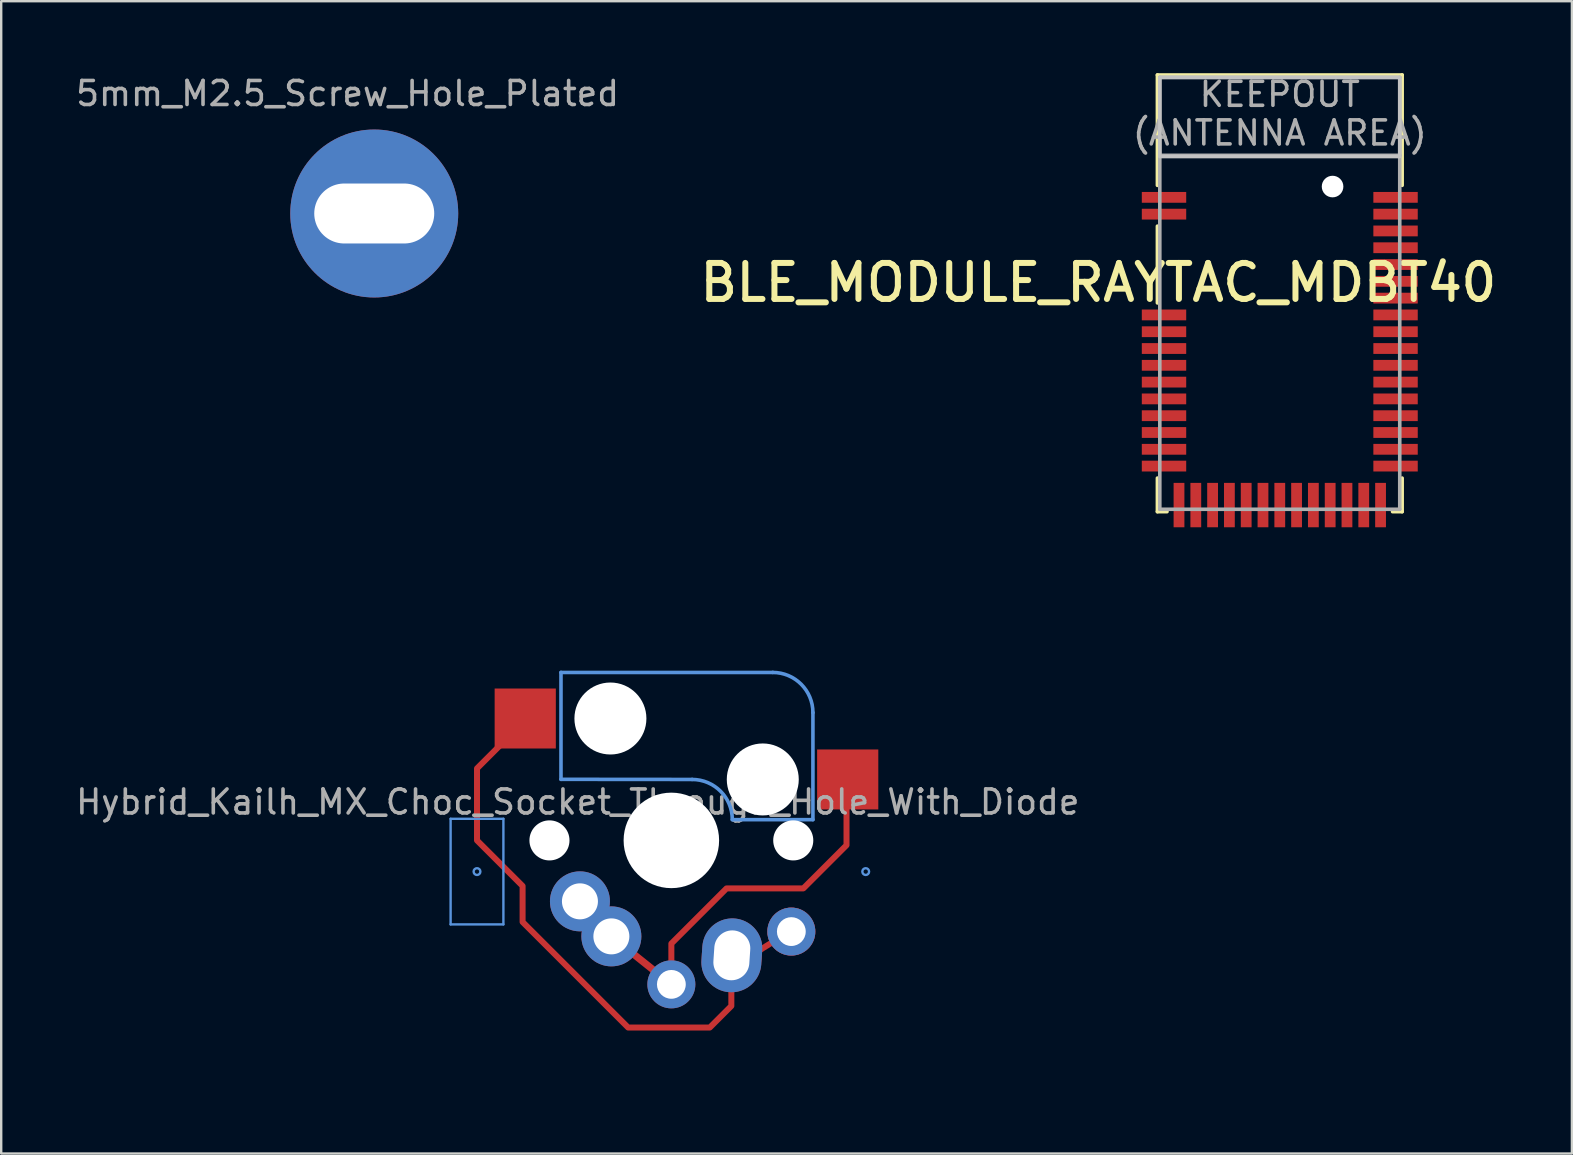
<source format=kicad_pcb>
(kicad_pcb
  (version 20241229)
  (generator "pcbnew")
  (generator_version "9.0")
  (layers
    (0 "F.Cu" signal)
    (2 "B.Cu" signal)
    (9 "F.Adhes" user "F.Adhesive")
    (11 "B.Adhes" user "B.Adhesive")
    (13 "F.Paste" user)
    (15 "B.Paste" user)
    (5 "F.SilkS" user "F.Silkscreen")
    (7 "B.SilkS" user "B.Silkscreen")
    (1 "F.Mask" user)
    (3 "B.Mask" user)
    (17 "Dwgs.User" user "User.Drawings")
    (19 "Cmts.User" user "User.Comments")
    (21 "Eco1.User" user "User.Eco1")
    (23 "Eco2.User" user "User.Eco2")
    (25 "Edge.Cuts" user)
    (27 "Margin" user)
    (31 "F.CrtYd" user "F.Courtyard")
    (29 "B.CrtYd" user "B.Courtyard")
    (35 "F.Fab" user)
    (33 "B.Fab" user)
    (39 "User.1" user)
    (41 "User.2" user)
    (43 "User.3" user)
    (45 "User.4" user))
  (footprint "Hybrid_Kailh_MX_Choc_Socket_Through_Hole_With_Diode"
    (layer "F.Cu")
    (at 24.93 31.975)
    (property "Reference" "Hybrid_Kailh_MX_Choc_Socket_Through_Hole_With_Diode" (at -3.9 -1.6 0) (layer "F.Fab") (effects (font (size 1 1) (thickness 0.15))))
    (attr smd)
    (fp_line (start -9.2 -0.9) (end -7 -0.9) (stroke (width 0.1) (type solid)) (layer "Cmts.User"))
    (fp_line (start -9.2 3.5) (end -9.2 -0.9) (stroke (width 0.1) (type solid)) (layer "Cmts.User"))
    (fp_line (start -7 -0.9) (end -7 3.5) (stroke (width 0.1) (type solid)) (layer "Cmts.User"))
    (fp_line (start -7 3.5) (end -9.2 3.5) (stroke (width 0.1) (type solid)) (layer "Cmts.User"))
    (fp_line (start -4.6 -7) (end -4.6 -2.545) (stroke (width 0.15) (type solid)) (layer "Cmts.User"))
    (fp_line (start 0.865 -2.54) (end -4.6 -2.545) (stroke (width 0.15) (type solid)) (layer "Cmts.User"))
    (fp_line (start 4.225 -7) (end -4.6 -7) (stroke (width 0.15) (type solid)) (layer "Cmts.User"))
    (fp_line (start 5.9 -5.325) (end 5.9 -0.865) (stroke (width 0.15) (type solid)) (layer "Cmts.User"))
    (fp_line (start 5.9 -0.865) (end 2.54 -0.865) (stroke (width 0.15) (type solid)) (layer "Cmts.User"))
    (fp_arc (start 0.865 -2.54) (mid 2.049404 -2.049404) (end 2.54 -0.865) (stroke (width 0.15) (type solid)) (layer "Cmts.User"))
    (fp_arc (start 4.225001 -7) (mid 5.409405 -6.509403) (end 5.9 -5.324999) (stroke (width 0.15) (type solid)) (layer "Cmts.User"))
    (fp_circle (center -8.1 1.3) (end -7.959 1.3) (stroke (width 0.1) (type solid)) (fill no) (layer "Cmts.User"))
    (fp_circle (center 8.1 1.3) (end 8.241 1.3) (stroke (width 0.1) (type solid)) (fill no) (layer "Cmts.User"))
    (fp_line (start -10 -10) (end 10 -10) (stroke (width 0.1) (type solid)) (layer "Eco1.User"))
    (fp_line (start -10 10) (end -10 -10) (stroke (width 0.1) (type solid)) (layer "Eco1.User"))
    (fp_line (start -9 -9) (end 9 -9) (stroke (width 0.1) (type solid)) (layer "Eco1.User"))
    (fp_line (start -9 0) (end -9 -9) (stroke (width 0.1) (type solid)) (layer "Eco1.User"))
    (fp_line (start -9 9) (end -9 0) (stroke (width 0.1) (type solid)) (layer "Eco1.User"))
    (fp_line (start 9 -9) (end 9 9) (stroke (width 0.1) (type solid)) (layer "Eco1.User"))
    (fp_line (start 9 9) (end -9 9) (stroke (width 0.1) (type solid)) (layer "Eco1.User"))
    (fp_line (start 10 -10) (end 10 10) (stroke (width 0.1) (type solid)) (layer "Eco1.User"))
    (fp_line (start 10 10) (end -10 10) (stroke (width 0.1) (type solid)) (layer "Eco1.User"))
    (pad "" np_thru_hole circle (at -5.08 0) (size 1.67 1.67) (drill 1.67) (layers "*.Cu" "*.Mask"))
    (pad "" np_thru_hole circle (at -2.54 -5.08) (size 3 3) (drill 3) (layers "*.Cu" "*.Mask"))
    (pad "" np_thru_hole circle (at 0 0) (size 3.98 3.98) (drill 3.98) (layers "*.Cu" "*.Mask"))
    (pad "" np_thru_hole circle (at 3.81 -2.54) (size 3 3) (drill 3) (layers "*.Cu" "*.Mask"))
    (pad "" np_thru_hole circle (at 5.08 0) (size 1.67 1.67) (drill 1.67) (layers "*.Cu" "*.Mask"))
    (pad "1" thru_hole circle (at -3.81 2.54) (size 2.5 2.5) (drill 1.5) (layers "*.Cu" "*.Mask"))
    (pad "1" thru_hole circle (at -2.5 4) (size 2.5 2.5) (drill 1.5) (layers "*.Cu" "*.Mask"))
    (pad "1" thru_hole circle (at 0 6) (size 2 2) (drill 1.2) (layers "*.Cu" "*.Mask"))
    (pad "1" smd custom (at 7.35 -2.54) (size 2 2) (layers "F.Cu") (options (anchor rect)) (primitives (gr_line (start -7.35 6.84) (end -7.35 8.64) (width 0.25)) (gr_line (start -0.05 2.74) (end -1.85 4.54) (width 0.25)) (gr_line (start -0.05 0.04) (end -0.05 2.74) (width 0.25)) (gr_line (start -11.16 5.08) (end -9.85 6.54) (width 0.25)) (gr_line (start -1.85 4.54) (end -5.025 4.54) (width 0.25)) (gr_circle (center -11.16 5.08) (end -10.85 5.08) (width 1.25) (fill no)) (gr_poly (pts (xy -0.95 -0.96) (xy 0.95 -0.96) (xy 0.95 0.94) (xy -0.95 0.94)) (width 0.1) (fill yes)) (gr_circle (center -9.85 6.54) (end -9.6 6.54) (width 1.25) (fill no)) (gr_circle (center -7.35 8.54) (end -7.1 8.54) (width 1) (fill no)) (gr_line (start -9.85 6.54) (end -7.35 8.54) (width 0.3)) (gr_line (start -5.05 4.54) (end -7.35 6.84) (width 0.25))))
    (pad "1" smd rect (at 7.35 -2.54) (size 2.55 2.5) (layers "F.Cu" "F.Mask" "F.Paste"))
    (pad "2" smd rect (at -6.09 -5.08) (size 2.55 2.5) (layers "F.Cu" "F.Mask" "F.Paste"))
    (pad "2" thru_hole oval (at 2.52 4.79 356.1) (size 2.5 3.08) (drill oval 1.5 2.08) (layers "*.Cu" "*.Mask"))
    (pad "2" thru_hole circle (at 5 3.8) (size 2 2) (drill 1.2) (layers "*.Cu" "*.Mask"))
    (pad "2" smd custom (at 5 3.8) (size 2 2) (layers "F.Cu") (options (anchor circle)) (primitives (gr_line (start -3.4 4) (end -6.8 4) (width 0.25)) (gr_line (start -11.2 -0.4) (end -11.2 -1.9) (width 0.25)) (gr_line (start -6.8 4) (end -11.2 -0.4) (width 0.25)) (gr_line (start -2.5 3.1) (end -2.5 1.1) (width 0.25)) (gr_line (start -2 1.2) (end -0.000001 -0.05) (width 0.25)) (gr_circle (center -0.000001 -0.000001) (end 0.5 -0.000001) (width 1) (fill no)) (gr_line (start -13.1 -3.8) (end -11.2 -1.9) (width 0.25)) (gr_line (start -13.1 -6.8) (end -13.1 -3.8) (width 0.25)) (gr_circle (center -2.48 0.99) (end -1.855 0.99) (width 1.25) (fill no)) (gr_line (start -2.5 3.1) (end -3.4 4) (width 0.25)) (gr_line (start -11.1 -8.8) (end -13.1 -6.8) (width 0.25)))))
  (footprint "BLE_MODULE_RAYTAC_MDBT40"
    (layer "F.Cu")
    (at 50.287 9.175)
    (property "Reference" "BLE_MODULE_RAYTAC_MDBT40" (at 9.175 -1.325 180) (layer "F.SilkS") (effects (font (size 1.5 1.5) (thickness 0.25)) (justify right top)))
    (attr through_hole)
    (fp_line (start -5.1 -9.1) (end 5.1 -9.1) (stroke (width 0.15) (type solid)) (layer "F.SilkS"))
    (fp_line (start -5.1 -4.5) (end -5.1 -9.1) (stroke (width 0.15) (type solid)) (layer "F.SilkS"))
    (fp_line (start -5.1 -2.8) (end -5.1 0.4) (stroke (width 0.15) (type solid)) (layer "F.SilkS"))
    (fp_line (start -5.1 7.7) (end -5.1 9.1) (stroke (width 0.15) (type solid)) (layer "F.SilkS"))
    (fp_line (start -5.1 9.1) (end -4.7 9.1) (stroke (width 0.15) (type solid)) (layer "F.SilkS"))
    (fp_line (start 4.7 9.1) (end 5.1 9.1) (stroke (width 0.15) (type solid)) (layer "F.SilkS"))
    (fp_line (start 5.1 -9.1) (end 5.1 -4.5) (stroke (width 0.15) (type solid)) (layer "F.SilkS"))
    (fp_line (start 5.1 9.1) (end 5.1 7.7) (stroke (width 0.15) (type solid)) (layer "F.SilkS"))
    (fp_poly (pts (xy -5 -5.7) (xy 5 -5.7) (xy 5 -9) (xy -5 -9)) (stroke (width 0.15) (type solid)) (fill no) (layer "Dwgs.User"))
    (fp_line (start -5 -9) (end 5 -9) (stroke (width 0.15) (type solid)) (layer "F.Fab"))
    (fp_line (start -5 -5.75) (end -5 -9) (stroke (width 0.15) (type solid)) (layer "F.Fab"))
    (fp_line (start -5 -5.75) (end 5 -5.75) (stroke (width 0.15) (type solid)) (layer "F.Fab"))
    (fp_line (start -5 9) (end -5 -5.75) (stroke (width 0.15) (type solid)) (layer "F.Fab"))
    (fp_line (start 5 -9) (end 5 -5.75) (stroke (width 0.15) (type solid)) (layer "F.Fab"))
    (fp_line (start 5 -5.75) (end 5 9) (stroke (width 0.15) (type solid)) (layer "F.Fab"))
    (fp_line (start 5 9) (end -5 9) (stroke (width 0.15) (type solid)) (layer "F.Fab"))
    (fp_text user "KEEPOUT\n(ANTENNA AREA)" (at 0 -7.488 0) (layer "F.Fab") (effects (font (size 1 1) (thickness 0.15))))
    (pad "" np_thru_hole circle (at 2.2 -4.45) (size 0.9 0.9) (drill 0.9) (layers "*.Cu" "*.Mask"))
    (pad "1" smd rect (at -4.825 -4) (size 1.85 0.45) (layers "F.Cu" "F.Mask" "F.Paste"))
    (pad "2" smd rect (at -4.825 -3.3) (size 1.85 0.45) (layers "F.Cu" "F.Mask" "F.Paste"))
    (pad "3" smd rect (at -4.825 0.9) (size 1.85 0.45) (layers "F.Cu" "F.Mask" "F.Paste"))
    (pad "4" smd rect (at -4.825 1.6) (size 1.85 0.45) (layers "F.Cu" "F.Mask" "F.Paste"))
    (pad "5" smd rect (at -4.825 2.3) (size 1.85 0.45) (layers "F.Cu" "F.Mask" "F.Paste"))
    (pad "6" smd rect (at -4.825 3) (size 1.85 0.45) (layers "F.Cu" "F.Mask" "F.Paste"))
    (pad "7" smd rect (at -4.825 3.7) (size 1.85 0.45) (layers "F.Cu" "F.Mask" "F.Paste"))
    (pad "8" smd rect (at -4.825 4.4) (size 1.85 0.45) (layers "F.Cu" "F.Mask" "F.Paste"))
    (pad "9" smd rect (at -4.825 5.1) (size 1.85 0.45) (layers "F.Cu" "F.Mask" "F.Paste"))
    (pad "10" smd rect (at -4.825 5.8) (size 1.85 0.45) (layers "F.Cu" "F.Mask" "F.Paste"))
    (pad "11" smd rect (at -4.825 6.5) (size 1.85 0.45) (layers "F.Cu" "F.Mask" "F.Paste"))
    (pad "12" smd rect (at -4.825 7.2) (size 1.85 0.45) (layers "F.Cu" "F.Mask" "F.Paste"))
    (pad "13" smd rect (at -4.2 8.825 90) (size 1.85 0.45) (layers "F.Cu" "F.Mask" "F.Paste"))
    (pad "14" smd rect (at -3.5 8.825 90) (size 1.85 0.45) (layers "F.Cu" "F.Mask" "F.Paste"))
    (pad "15" smd rect (at -2.8 8.825 90) (size 1.85 0.45) (layers "F.Cu" "F.Mask" "F.Paste"))
    (pad "16" smd rect (at -2.1 8.825 90) (size 1.85 0.45) (layers "F.Cu" "F.Mask" "F.Paste"))
    (pad "17" smd rect (at -1.4 8.825 90) (size 1.85 0.45) (layers "F.Cu" "F.Mask" "F.Paste"))
    (pad "18" smd rect (at -0.7 8.825 90) (size 1.85 0.45) (layers "F.Cu" "F.Mask" "F.Paste"))
    (pad "19" smd rect (at 0 8.825 90) (size 1.85 0.45) (layers "F.Cu" "F.Mask" "F.Paste"))
    (pad "20" smd rect (at 0.7 8.825 90) (size 1.85 0.45) (layers "F.Cu" "F.Mask" "F.Paste"))
    (pad "21" smd rect (at 1.4 8.825 90) (size 1.85 0.45) (layers "F.Cu" "F.Mask" "F.Paste"))
    (pad "22" smd rect (at 2.1 8.825 90) (size 1.85 0.45) (layers "F.Cu" "F.Mask" "F.Paste"))
    (pad "23" smd rect (at 2.8 8.825 90) (size 1.85 0.45) (layers "F.Cu" "F.Mask" "F.Paste"))
    (pad "24" smd rect (at 3.5 8.825 90) (size 1.85 0.45) (layers "F.Cu" "F.Mask" "F.Paste"))
    (pad "25" smd rect (at 4.2 8.825 90) (size 1.85 0.45) (layers "F.Cu" "F.Mask" "F.Paste"))
    (pad "26" smd rect (at 4.825 7.2) (size 1.85 0.45) (layers "F.Cu" "F.Mask" "F.Paste"))
    (pad "27" smd rect (at 4.825 6.5) (size 1.85 0.45) (layers "F.Cu" "F.Mask" "F.Paste"))
    (pad "28" smd rect (at 4.825 5.8) (size 1.85 0.45) (layers "F.Cu" "F.Mask" "F.Paste"))
    (pad "29" smd rect (at 4.825 5.1) (size 1.85 0.45) (layers "F.Cu" "F.Mask" "F.Paste"))
    (pad "30" smd rect (at 4.825 4.4) (size 1.85 0.45) (layers "F.Cu" "F.Mask" "F.Paste"))
    (pad "31" smd rect (at 4.825 3.7) (size 1.85 0.45) (layers "F.Cu" "F.Mask" "F.Paste"))
    (pad "32" smd rect (at 4.825 3) (size 1.85 0.45) (layers "F.Cu" "F.Mask" "F.Paste"))
    (pad "33" smd rect (at 4.825 2.3) (size 1.85 0.45) (layers "F.Cu" "F.Mask" "F.Paste"))
    (pad "34" smd rect (at 4.825 1.6) (size 1.85 0.45) (layers "F.Cu" "F.Mask" "F.Paste"))
    (pad "35" smd rect (at 4.825 0.9) (size 1.85 0.45) (layers "F.Cu" "F.Mask" "F.Paste"))
    (pad "36" smd rect (at 4.825 0.2) (size 1.85 0.45) (layers "F.Cu" "F.Mask" "F.Paste"))
    (pad "37" smd rect (at 4.825 -0.5) (size 1.85 0.45) (layers "F.Cu" "F.Mask" "F.Paste"))
    (pad "38" smd rect (at 4.825 -1.2) (size 1.85 0.45) (layers "F.Cu" "F.Mask" "F.Paste"))
    (pad "39" smd rect (at 4.825 -1.9) (size 1.85 0.45) (layers "F.Cu" "F.Mask" "F.Paste"))
    (pad "40" smd rect (at 4.825 -2.6) (size 1.85 0.45) (layers "F.Cu" "F.Mask" "F.Paste"))
    (pad "41" smd rect (at 4.825 -3.3) (size 1.85 0.45) (layers "F.Cu" "F.Mask" "F.Paste"))
    (pad "42" smd rect (at 4.825 -4) (size 1.85 0.45) (layers "F.Cu" "F.Mask" "F.Paste")))
  (footprint "5mm_M2.5_Screw_Hole_Plated"
    (layer "F.Cu")
    (at 12.547 5.848)
    (property "Reference" "5mm_M2.5_Screw_Hole_Plated" (at -1.112 -5 0) (layer "F.Fab") (effects (font (size 1 1) (thickness 0.15))))
    (attr exclude_from_pos_files exclude_from_bom)
    (pad "1" thru_hole circle (at 0 0) (size 7 7) (drill oval 5.001 2.499) (layers "*.Cu" "*.Mask")))
  (gr_rect
    (start -3 -3)
    (end 62.462 45.025)
    (stroke (width 0.1) (type default))
    (fill no)
    (layer "Edge.Cuts")))
</source>
